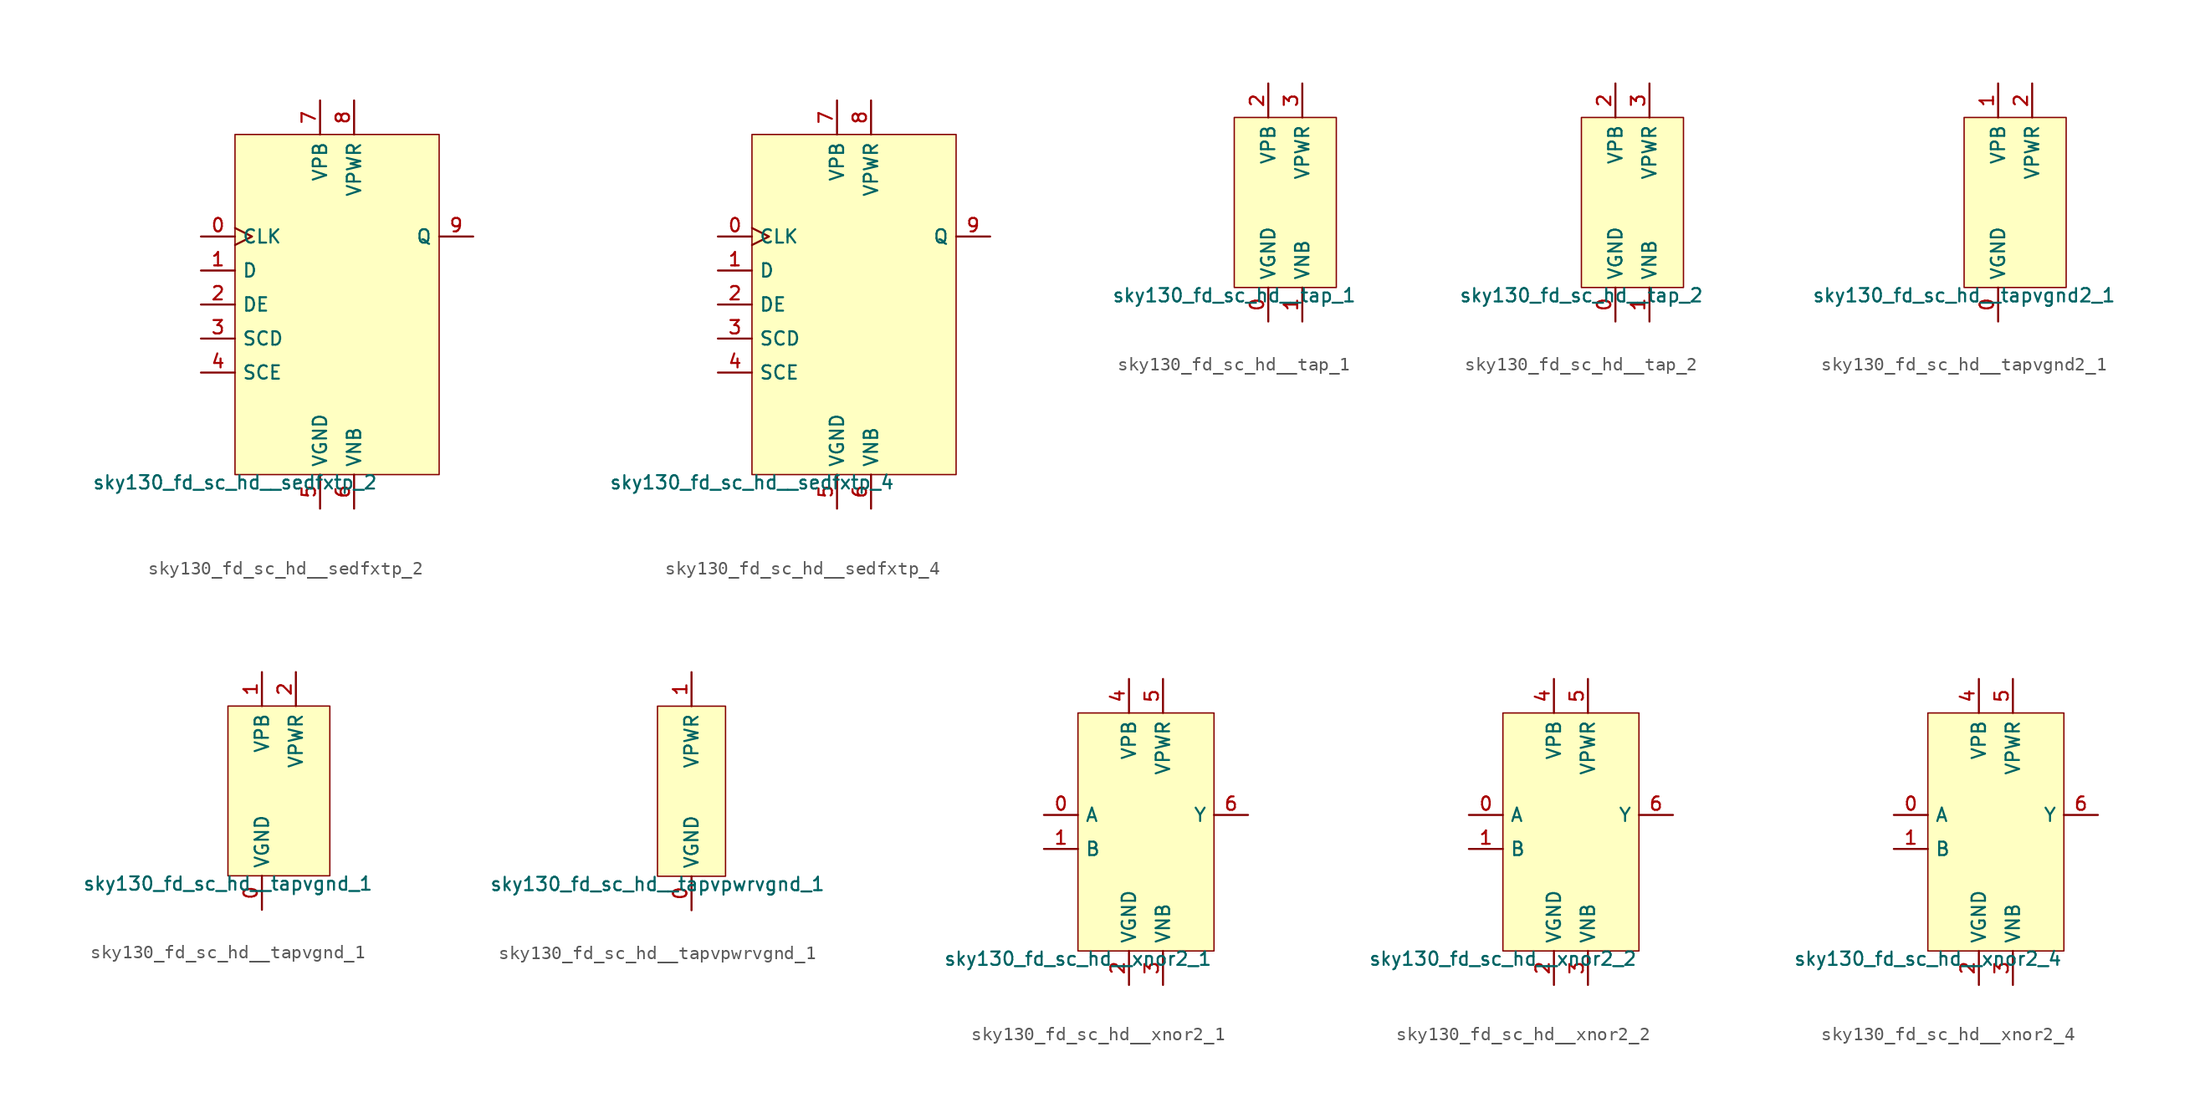
<source format=kicad_sym>
(kicad_symbol_lib
  (version 20211014)
  (generator lef2kicad_sym)
  (symbol "sky130_fd_sc_hd__sedfxtp_2"
    (property "Reference" "X"
      (at 0 0 0)
      (effects (font (size 1 1)) hide))
    (property "Value" "sky130_fd_sc_hd__sedfxtp_2"
      (at -7.62 -12.7 0)
      (effects (font (size 1 1)) (justify top)))
    (rectangle
      (start -7.62 -12.7)
      (end 7.62 12.7)
      (stroke (width 0.1) (type solid) (color 0 0 0 0))
      (fill (type background)))
    (pin input clock
      (at -10.16 5.08 0)
      (length 2.54)
      (name "CLK" (effects (font (size 1 1)) hide))
      (number "0" (effects (font (size 1 1)) hide)))
    (pin input line
      (at -10.16 2.54 0)
      (length 2.54)
      (name "D" (effects (font (size 1 1)) hide))
      (number "1" (effects (font (size 1 1)) hide)))
    (pin input line
      (at -10.16 -8.881784197001252e-16 0)
      (length 2.54)
      (name "DE" (effects (font (size 1 1)) hide))
      (number "2" (effects (font (size 1 1)) hide)))
    (pin input line
      (at -10.16 -2.54 0)
      (length 2.54)
      (name "SCD" (effects (font (size 1 1)) hide))
      (number "3" (effects (font (size 1 1)) hide)))
    (pin input line
      (at -10.16 -5.08 0)
      (length 2.54)
      (name "SCE" (effects (font (size 1 1)) hide))
      (number "4" (effects (font (size 1 1)) hide)))
    (pin power_in line
      (at -1.27 -15.24 90)
      (length 2.54)
      (name "VGND" (effects (font (size 1 1)) hide))
      (number "5" (effects (font (size 1 1)) hide)))
    (pin power_in line
      (at 1.27 -15.24 90)
      (length 2.54)
      (name "VNB" (effects (font (size 1 1)) hide))
      (number "6" (effects (font (size 1 1)) hide)))
    (pin power_in line
      (at -1.27 15.24 270)
      (length 2.54)
      (name "VPB" (effects (font (size 1 1)) hide))
      (number "7" (effects (font (size 1 1)) hide)))
    (pin power_in line
      (at 1.27 15.24 270)
      (length 2.54)
      (name "VPWR" (effects (font (size 1 1)) hide))
      (number "8" (effects (font (size 1 1)) hide)))
    (pin output line
      (at 10.16 5.08 180)
      (length 2.54)
      (name "Q" (effects (font (size 1 1)) hide))
      (number "9" (effects (font (size 1 1)) hide))))
  (symbol "sky130_fd_sc_hd__sedfxtp_4"
    (property "Reference" "X"
      (at 0 0 0)
      (effects (font (size 1 1)) hide))
    (property "Value" "sky130_fd_sc_hd__sedfxtp_4"
      (at -7.62 -12.7 0)
      (effects (font (size 1 1)) (justify top)))
    (rectangle
      (start -7.62 -12.7)
      (end 7.62 12.7)
      (stroke (width 0.1) (type solid) (color 0 0 0 0))
      (fill (type background)))
    (pin input clock
      (at -10.16 5.08 0)
      (length 2.54)
      (name "CLK" (effects (font (size 1 1)) hide))
      (number "0" (effects (font (size 1 1)) hide)))
    (pin input line
      (at -10.16 2.54 0)
      (length 2.54)
      (name "D" (effects (font (size 1 1)) hide))
      (number "1" (effects (font (size 1 1)) hide)))
    (pin input line
      (at -10.16 -8.881784197001252e-16 0)
      (length 2.54)
      (name "DE" (effects (font (size 1 1)) hide))
      (number "2" (effects (font (size 1 1)) hide)))
    (pin input line
      (at -10.16 -2.54 0)
      (length 2.54)
      (name "SCD" (effects (font (size 1 1)) hide))
      (number "3" (effects (font (size 1 1)) hide)))
    (pin input line
      (at -10.16 -5.08 0)
      (length 2.54)
      (name "SCE" (effects (font (size 1 1)) hide))
      (number "4" (effects (font (size 1 1)) hide)))
    (pin power_in line
      (at -1.27 -15.24 90)
      (length 2.54)
      (name "VGND" (effects (font (size 1 1)) hide))
      (number "5" (effects (font (size 1 1)) hide)))
    (pin power_in line
      (at 1.27 -15.24 90)
      (length 2.54)
      (name "VNB" (effects (font (size 1 1)) hide))
      (number "6" (effects (font (size 1 1)) hide)))
    (pin power_in line
      (at -1.27 15.24 270)
      (length 2.54)
      (name "VPB" (effects (font (size 1 1)) hide))
      (number "7" (effects (font (size 1 1)) hide)))
    (pin power_in line
      (at 1.27 15.24 270)
      (length 2.54)
      (name "VPWR" (effects (font (size 1 1)) hide))
      (number "8" (effects (font (size 1 1)) hide)))
    (pin output line
      (at 10.16 5.08 180)
      (length 2.54)
      (name "Q" (effects (font (size 1 1)) hide))
      (number "9" (effects (font (size 1 1)) hide))))
  (symbol "sky130_fd_sc_hd__tap_1"
    (property "Reference" "X"
      (at 0 0 0)
      (effects (font (size 1 1)) hide))
    (property "Value" "sky130_fd_sc_hd__tap_1"
      (at -3.81 -6.35 0)
      (effects (font (size 1 1)) (justify top)))
    (rectangle
      (start -3.81 -6.35)
      (end 3.81 6.35)
      (stroke (width 0.1) (type solid) (color 0 0 0 0))
      (fill (type background)))
    (pin power_in line
      (at -1.27 -8.89 90)
      (length 2.54)
      (name "VGND" (effects (font (size 1 1)) hide))
      (number "0" (effects (font (size 1 1)) hide)))
    (pin power_in line
      (at 1.27 -8.89 90)
      (length 2.54)
      (name "VNB" (effects (font (size 1 1)) hide))
      (number "1" (effects (font (size 1 1)) hide)))
    (pin power_in line
      (at -1.27 8.89 270)
      (length 2.54)
      (name "VPB" (effects (font (size 1 1)) hide))
      (number "2" (effects (font (size 1 1)) hide)))
    (pin power_in line
      (at 1.27 8.89 270)
      (length 2.54)
      (name "VPWR" (effects (font (size 1 1)) hide))
      (number "3" (effects (font (size 1 1)) hide))))
  (symbol "sky130_fd_sc_hd__tap_2"
    (property "Reference" "X"
      (at 0 0 0)
      (effects (font (size 1 1)) hide))
    (property "Value" "sky130_fd_sc_hd__tap_2"
      (at -3.81 -6.35 0)
      (effects (font (size 1 1)) (justify top)))
    (rectangle
      (start -3.81 -6.35)
      (end 3.81 6.35)
      (stroke (width 0.1) (type solid) (color 0 0 0 0))
      (fill (type background)))
    (pin power_in line
      (at -1.27 -8.89 90)
      (length 2.54)
      (name "VGND" (effects (font (size 1 1)) hide))
      (number "0" (effects (font (size 1 1)) hide)))
    (pin power_in line
      (at 1.27 -8.89 90)
      (length 2.54)
      (name "VNB" (effects (font (size 1 1)) hide))
      (number "1" (effects (font (size 1 1)) hide)))
    (pin power_in line
      (at -1.27 8.89 270)
      (length 2.54)
      (name "VPB" (effects (font (size 1 1)) hide))
      (number "2" (effects (font (size 1 1)) hide)))
    (pin power_in line
      (at 1.27 8.89 270)
      (length 2.54)
      (name "VPWR" (effects (font (size 1 1)) hide))
      (number "3" (effects (font (size 1 1)) hide))))
  (symbol "sky130_fd_sc_hd__tapvgnd2_1"
    (property "Reference" "X"
      (at 0 0 0)
      (effects (font (size 1 1)) hide))
    (property "Value" "sky130_fd_sc_hd__tapvgnd2_1"
      (at -3.81 -6.35 0)
      (effects (font (size 1 1)) (justify top)))
    (rectangle
      (start -3.81 -6.35)
      (end 3.81 6.35)
      (stroke (width 0.1) (type solid) (color 0 0 0 0))
      (fill (type background)))
    (pin power_in line
      (at -1.27 -8.89 90)
      (length 2.54)
      (name "VGND" (effects (font (size 1 1)) hide))
      (number "0" (effects (font (size 1 1)) hide)))
    (pin power_in line
      (at -1.27 8.89 270)
      (length 2.54)
      (name "VPB" (effects (font (size 1 1)) hide))
      (number "1" (effects (font (size 1 1)) hide)))
    (pin power_in line
      (at 1.27 8.89 270)
      (length 2.54)
      (name "VPWR" (effects (font (size 1 1)) hide))
      (number "2" (effects (font (size 1 1)) hide))))
  (symbol "sky130_fd_sc_hd__tapvgnd_1"
    (property "Reference" "X"
      (at 0 0 0)
      (effects (font (size 1 1)) hide))
    (property "Value" "sky130_fd_sc_hd__tapvgnd_1"
      (at -3.81 -6.35 0)
      (effects (font (size 1 1)) (justify top)))
    (rectangle
      (start -3.81 -6.35)
      (end 3.81 6.35)
      (stroke (width 0.1) (type solid) (color 0 0 0 0))
      (fill (type background)))
    (pin power_in line
      (at -1.27 -8.89 90)
      (length 2.54)
      (name "VGND" (effects (font (size 1 1)) hide))
      (number "0" (effects (font (size 1 1)) hide)))
    (pin power_in line
      (at -1.27 8.89 270)
      (length 2.54)
      (name "VPB" (effects (font (size 1 1)) hide))
      (number "1" (effects (font (size 1 1)) hide)))
    (pin power_in line
      (at 1.27 8.89 270)
      (length 2.54)
      (name "VPWR" (effects (font (size 1 1)) hide))
      (number "2" (effects (font (size 1 1)) hide))))
  (symbol "sky130_fd_sc_hd__tapvpwrvgnd_1"
    (property "Reference" "X"
      (at 0 0 0)
      (effects (font (size 1 1)) hide))
    (property "Value" "sky130_fd_sc_hd__tapvpwrvgnd_1"
      (at -2.54 -6.35 0)
      (effects (font (size 1 1)) (justify top)))
    (rectangle
      (start -2.54 -6.35)
      (end 2.54 6.35)
      (stroke (width 0.1) (type solid) (color 0 0 0 0))
      (fill (type background)))
    (pin power_in line
      (at 0.0 -8.89 90)
      (length 2.54)
      (name "VGND" (effects (font (size 1 1)) hide))
      (number "0" (effects (font (size 1 1)) hide)))
    (pin power_in line
      (at 0.0 8.89 270)
      (length 2.54)
      (name "VPWR" (effects (font (size 1 1)) hide))
      (number "1" (effects (font (size 1 1)) hide))))
  (symbol "sky130_fd_sc_hd__xnor2_1"
    (property "Reference" "X"
      (at 0 0 0)
      (effects (font (size 1 1)) hide))
    (property "Value" "sky130_fd_sc_hd__xnor2_1"
      (at -5.08 -8.89 0)
      (effects (font (size 1 1)) (justify top)))
    (rectangle
      (start -5.08 -8.89)
      (end 5.08 8.89)
      (stroke (width 0.1) (type solid) (color 0 0 0 0))
      (fill (type background)))
    (pin input line
      (at -7.62 1.27 0)
      (length 2.54)
      (name "A" (effects (font (size 1 1)) hide))
      (number "0" (effects (font (size 1 1)) hide)))
    (pin input line
      (at -7.62 -1.27 0)
      (length 2.54)
      (name "B" (effects (font (size 1 1)) hide))
      (number "1" (effects (font (size 1 1)) hide)))
    (pin power_in line
      (at -1.27 -11.43 90)
      (length 2.54)
      (name "VGND" (effects (font (size 1 1)) hide))
      (number "2" (effects (font (size 1 1)) hide)))
    (pin power_in line
      (at 1.27 -11.43 90)
      (length 2.54)
      (name "VNB" (effects (font (size 1 1)) hide))
      (number "3" (effects (font (size 1 1)) hide)))
    (pin power_in line
      (at -1.27 11.43 270)
      (length 2.54)
      (name "VPB" (effects (font (size 1 1)) hide))
      (number "4" (effects (font (size 1 1)) hide)))
    (pin power_in line
      (at 1.27 11.43 270)
      (length 2.54)
      (name "VPWR" (effects (font (size 1 1)) hide))
      (number "5" (effects (font (size 1 1)) hide)))
    (pin output line
      (at 7.62 1.27 180)
      (length 2.54)
      (name "Y" (effects (font (size 1 1)) hide))
      (number "6" (effects (font (size 1 1)) hide))))
  (symbol "sky130_fd_sc_hd__xnor2_2"
    (property "Reference" "X"
      (at 0 0 0)
      (effects (font (size 1 1)) hide))
    (property "Value" "sky130_fd_sc_hd__xnor2_2"
      (at -5.08 -8.89 0)
      (effects (font (size 1 1)) (justify top)))
    (rectangle
      (start -5.08 -8.89)
      (end 5.08 8.89)
      (stroke (width 0.1) (type solid) (color 0 0 0 0))
      (fill (type background)))
    (pin input line
      (at -7.62 1.27 0)
      (length 2.54)
      (name "A" (effects (font (size 1 1)) hide))
      (number "0" (effects (font (size 1 1)) hide)))
    (pin input line
      (at -7.62 -1.27 0)
      (length 2.54)
      (name "B" (effects (font (size 1 1)) hide))
      (number "1" (effects (font (size 1 1)) hide)))
    (pin power_in line
      (at -1.27 -11.43 90)
      (length 2.54)
      (name "VGND" (effects (font (size 1 1)) hide))
      (number "2" (effects (font (size 1 1)) hide)))
    (pin power_in line
      (at 1.27 -11.43 90)
      (length 2.54)
      (name "VNB" (effects (font (size 1 1)) hide))
      (number "3" (effects (font (size 1 1)) hide)))
    (pin power_in line
      (at -1.27 11.43 270)
      (length 2.54)
      (name "VPB" (effects (font (size 1 1)) hide))
      (number "4" (effects (font (size 1 1)) hide)))
    (pin power_in line
      (at 1.27 11.43 270)
      (length 2.54)
      (name "VPWR" (effects (font (size 1 1)) hide))
      (number "5" (effects (font (size 1 1)) hide)))
    (pin output line
      (at 7.62 1.27 180)
      (length 2.54)
      (name "Y" (effects (font (size 1 1)) hide))
      (number "6" (effects (font (size 1 1)) hide))))
  (symbol "sky130_fd_sc_hd__xnor2_4"
    (property "Reference" "X"
      (at 0 0 0)
      (effects (font (size 1 1)) hide))
    (property "Value" "sky130_fd_sc_hd__xnor2_4"
      (at -5.08 -8.89 0)
      (effects (font (size 1 1)) (justify top)))
    (rectangle
      (start -5.08 -8.89)
      (end 5.08 8.89)
      (stroke (width 0.1) (type solid) (color 0 0 0 0))
      (fill (type background)))
    (pin input line
      (at -7.62 1.27 0)
      (length 2.54)
      (name "A" (effects (font (size 1 1)) hide))
      (number "0" (effects (font (size 1 1)) hide)))
    (pin input line
      (at -7.62 -1.27 0)
      (length 2.54)
      (name "B" (effects (font (size 1 1)) hide))
      (number "1" (effects (font (size 1 1)) hide)))
    (pin power_in line
      (at -1.27 -11.43 90)
      (length 2.54)
      (name "VGND" (effects (font (size 1 1)) hide))
      (number "2" (effects (font (size 1 1)) hide)))
    (pin power_in line
      (at 1.27 -11.43 90)
      (length 2.54)
      (name "VNB" (effects (font (size 1 1)) hide))
      (number "3" (effects (font (size 1 1)) hide)))
    (pin power_in line
      (at -1.27 11.43 270)
      (length 2.54)
      (name "VPB" (effects (font (size 1 1)) hide))
      (number "4" (effects (font (size 1 1)) hide)))
    (pin power_in line
      (at 1.27 11.43 270)
      (length 2.54)
      (name "VPWR" (effects (font (size 1 1)) hide))
      (number "5" (effects (font (size 1 1)) hide)))
    (pin output line
      (at 7.62 1.27 180)
      (length 2.54)
      (name "Y" (effects (font (size 1 1)) hide))
      (number "6" (effects (font (size 1 1)) hide)))))
</source>
